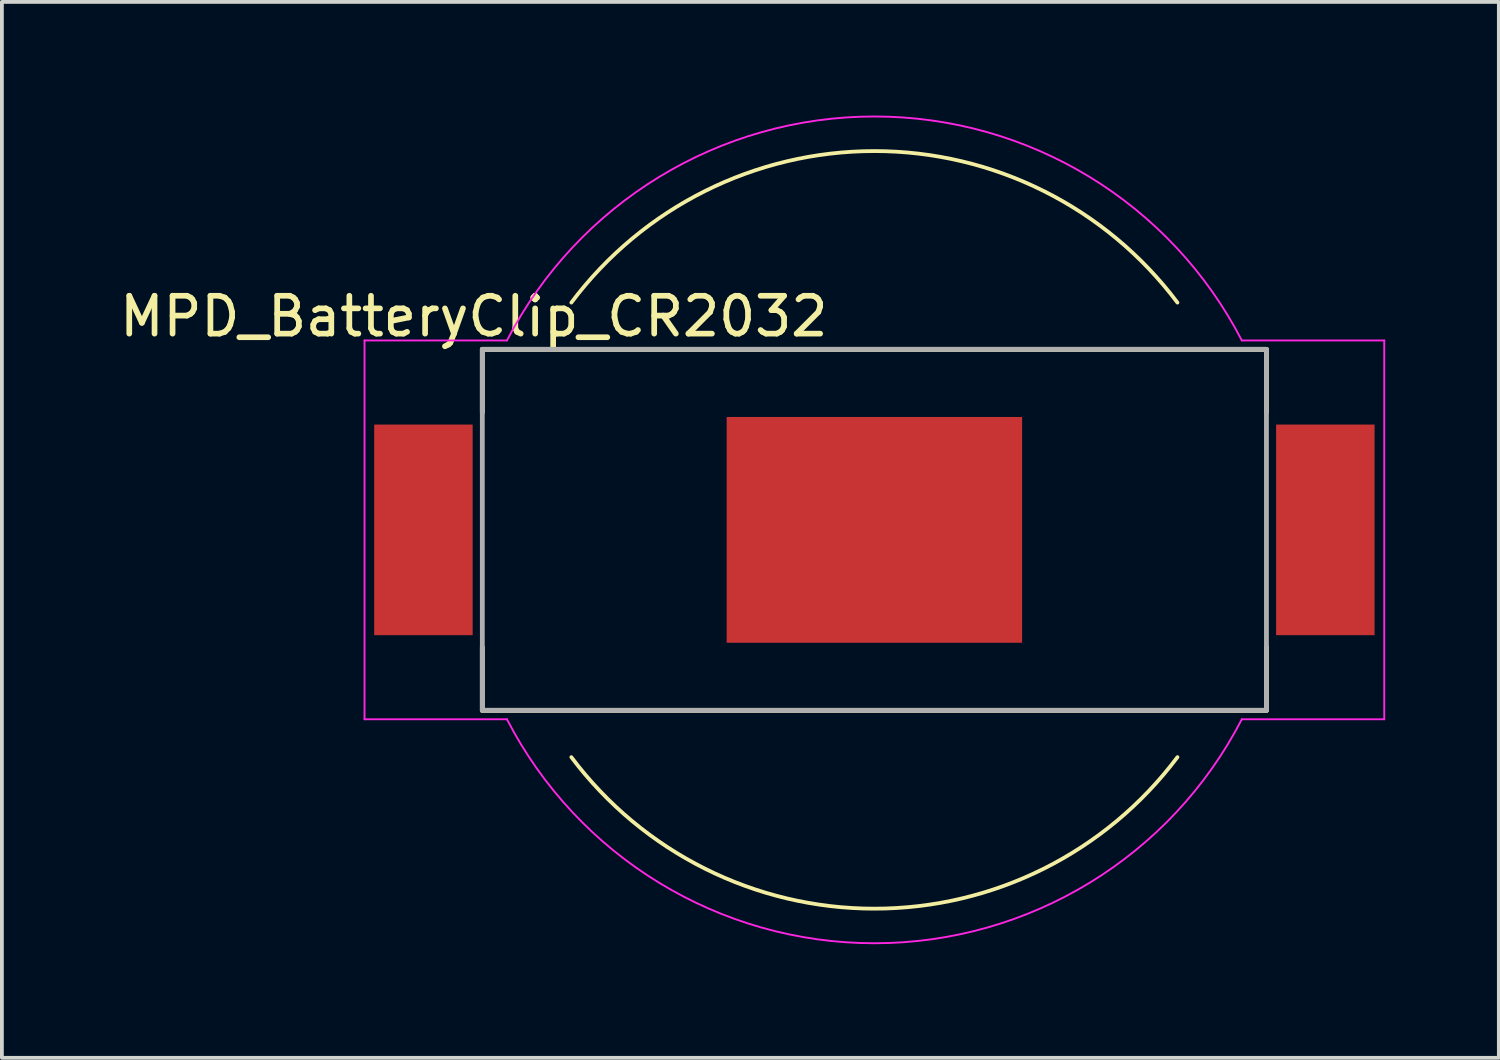
<source format=kicad_pcb>
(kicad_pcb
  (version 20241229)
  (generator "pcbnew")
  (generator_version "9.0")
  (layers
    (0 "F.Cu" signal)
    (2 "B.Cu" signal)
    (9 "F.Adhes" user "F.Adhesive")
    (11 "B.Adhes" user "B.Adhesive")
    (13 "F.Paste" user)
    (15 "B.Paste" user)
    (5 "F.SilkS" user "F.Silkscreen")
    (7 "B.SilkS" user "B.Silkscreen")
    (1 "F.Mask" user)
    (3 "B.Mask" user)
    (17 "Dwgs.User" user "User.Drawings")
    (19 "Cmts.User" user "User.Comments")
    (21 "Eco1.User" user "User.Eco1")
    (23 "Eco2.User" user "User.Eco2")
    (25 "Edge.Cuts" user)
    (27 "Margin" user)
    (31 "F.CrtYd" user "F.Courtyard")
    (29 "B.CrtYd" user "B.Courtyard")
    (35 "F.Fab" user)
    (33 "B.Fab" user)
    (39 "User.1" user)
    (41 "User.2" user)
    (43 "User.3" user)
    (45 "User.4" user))
  (footprint "MPD_BatteryClip_CR2032"
    (layer "F.Cu")
    (at 20.033 10.938)
    (property "Reference" "MPD_BatteryClip_CR2032" (at -10.575 -5.635 0) (layer "F.SilkS") (effects (font (size 1 1) (thickness 0.15))))
    (attr smd)
    (fp_line (start -10.35 -4.765) (end 10.35 -4.765) (stroke (width 0.127) (type solid)) (layer "F.SilkS"))
    (fp_line (start -10.35 -3.1) (end -10.35 -4.765) (stroke (width 0.127) (type solid)) (layer "F.SilkS"))
    (fp_line (start -10.35 4.765) (end -10.35 3.1) (stroke (width 0.127) (type solid)) (layer "F.SilkS"))
    (fp_line (start 10.35 -4.765) (end 10.35 -3.1) (stroke (width 0.127) (type solid)) (layer "F.SilkS"))
    (fp_line (start 10.35 3.1) (end 10.35 4.765) (stroke (width 0.127) (type solid)) (layer "F.SilkS"))
    (fp_line (start 10.35 4.765) (end -10.35 4.765) (stroke (width 0.127) (type solid)) (layer "F.SilkS"))
    (fp_arc (start -8 -6) (mid 0 -10) (end 8 -6) (stroke (width 0.1) (type default)) (layer "F.SilkS"))
    (fp_arc (start 8 6) (mid 0 10) (end -8 6) (stroke (width 0.1) (type default)) (layer "F.SilkS"))
    (fp_line (start -13.46 -5) (end -13.46 5) (stroke (width 0.05) (type solid)) (layer "F.CrtYd"))
    (fp_line (start -9.7 -5) (end -13.46 -5) (stroke (width 0.05) (type default)) (layer "F.CrtYd"))
    (fp_line (start -9.7 5) (end -13.46 5) (stroke (width 0.05) (type default)) (layer "F.CrtYd"))
    (fp_line (start 9.7 -5) (end 13.46 -5) (stroke (width 0.05) (type default)) (layer "F.CrtYd"))
    (fp_line (start 13.46 5) (end 9.7 5) (stroke (width 0.05) (type default)) (layer "F.CrtYd"))
    (fp_line (start 13.46 5) (end 13.46 -5) (stroke (width 0.05) (type solid)) (layer "F.CrtYd"))
    (fp_arc (start -9.7 -5) (mid 0 -10.912836) (end 9.7 -5) (stroke (width 0.05) (type default)) (layer "F.CrtYd"))
    (fp_arc (start 9.7 5) (mid 0 10.912836) (end -9.7 5) (stroke (width 0.05) (type default)) (layer "F.CrtYd"))
    (fp_line (start -10.35 -4.765) (end -10.35 4.765) (stroke (width 0.127) (type solid)) (layer "F.Fab"))
    (fp_line (start -10.35 -4.765) (end 10.35 -4.765) (stroke (width 0.127) (type solid)) (layer "F.Fab"))
    (fp_line (start -10.35 4.765) (end 10.35 4.765) (stroke (width 0.127) (type solid)) (layer "F.Fab"))
    (fp_line (start 10.35 -4.765) (end 10.35 4.765) (stroke (width 0.127) (type solid)) (layer "F.Fab"))
    (pad "1" smd rect (at -11.905 0) (size 2.6 5.56) (layers "F.Cu" "F.Mask" "F.Paste"))
    (pad "1" smd rect (at 11.905 0) (size 2.6 5.56) (layers "F.Cu" "F.Mask" "F.Paste"))
    (pad "2" smd rect (at 0 0) (size 7.8 5.96) (layers "F.Cu" "F.Mask")))
  (gr_rect
    (start -3 -3)
    (end 36.518 24.876)
    (stroke (width 0.1) (type default))
    (fill no)
    (layer "Edge.Cuts")))
</source>
